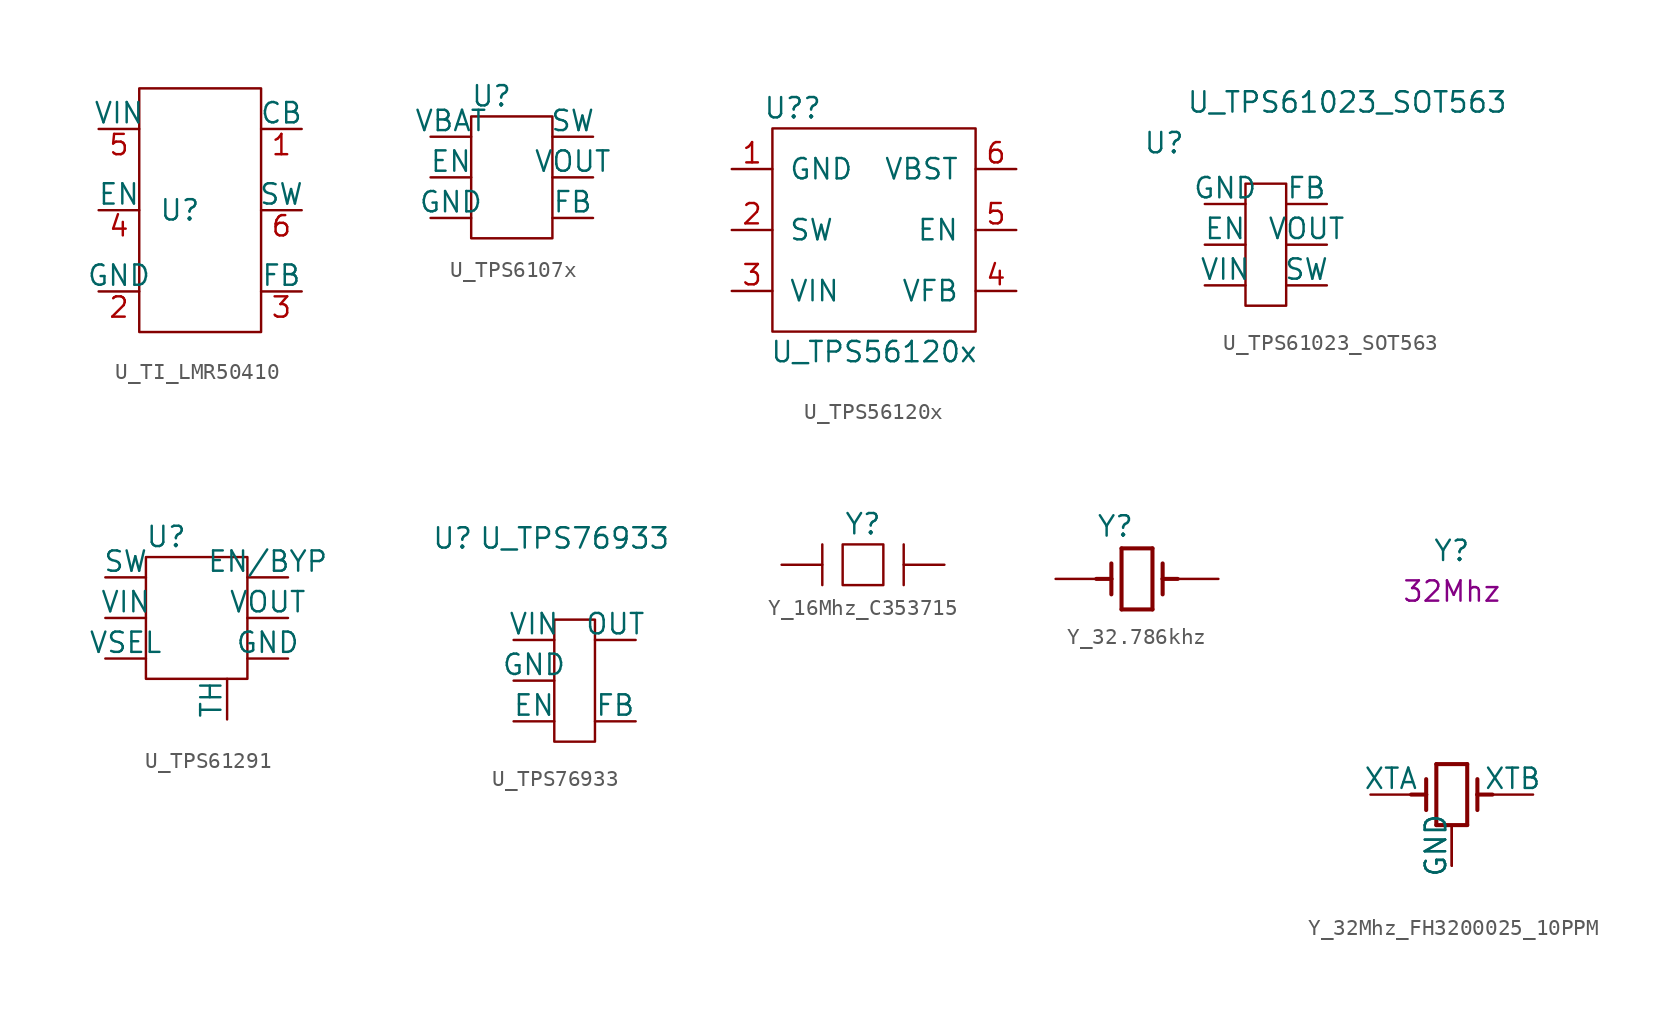
<source format=kicad_sym>
(kicad_symbol_lib
  (version 20220914)
  (generator kicad_symbol_editor)
  (symbol "U_TI_LMR50410"
    (pin_names
      (offset 0))
    (property "Reference" "U"
      (at 5.08 -5.08 0)
      (effects (font (size 1.27 1.27))))
    (symbol "U_TI_LMR50410_0_0"
      (pin power_in line (at 12.7 0 180) (length 2.54) (name "CB" (effects (font (size 1.27 1.27)))) (number "1" (effects (font (size 1.27 1.27)))))
      (pin power_out line (at 0 -10.16 0) (length 2.54) (name "GND" (effects (font (size 1.27 1.27)))) (number "2" (effects (font (size 1.27 1.27)))))
      (pin input line (at 12.7 -10.16 180) (length 2.54) (name "FB" (effects (font (size 1.27 1.27)))) (number "3" (effects (font (size 1.27 1.27)))))
      (pin input line (at 0 -5.08 0) (length 2.54) (name "EN" (effects (font (size 1.27 1.27)))) (number "4" (effects (font (size 1.27 1.27)))))
      (pin power_out line (at 0 0 0) (length 2.54) (name "VIN" (effects (font (size 1.27 1.27)))) (number "5" (effects (font (size 1.27 1.27)))))
      (pin output line (at 12.7 -5.08 180) (length 2.54) (name "SW" (effects (font (size 1.27 1.27)))) (number "6" (effects (font (size 1.27 1.27))))))
    (symbol "U_TI_LMR50410_0_1"
      (rectangle (start 2.54 2.54) (end 10.16 -12.7) (stroke (width 0) (type solid)) (fill (type none)))))
  (symbol "U_TPS6107x"
    (pin_numbers hide)
    (pin_names
      (offset 0))
    (property "Reference" "U"
      (at 3.81 2.54 0)
      (effects (font (size 1.27 1.27))))
    (symbol "U_TPS6107x_0_1"
      (rectangle (start 2.54 1.27) (end 7.62 -6.35) (stroke (width 0) (type solid)) (fill (type none))))
    (symbol "U_TPS6107x_1_1"
      (pin input line (at 10.16 0 180) (length 2.54) (name "SW" (effects (font (size 1.27 1.27)))) (number "1" (effects (font (size 1.27 1.27)))))
      (pin power_in line (at 0 -2.54 0) (length 2.54) (name "EN" (effects (font (size 1.27 1.27)))) (number "3" (effects (font (size 1.27 1.27)))))
      (pin power_in line (at 10.16 -5.08 180) (length 2.54) (name "FB" (effects (font (size 1.27 1.27)))) (number "4" (effects (font (size 1.27 1.27)))))
      (pin power_out line (at 10.16 -2.54 180) (length 2.54) (name "VOUT" (effects (font (size 1.27 1.27)))) (number "5" (effects (font (size 1.27 1.27)))))
      (pin power_in line (at 0 0 0) (length 2.54) (name "VBAT" (effects (font (size 1.27 1.27)))) (number "6" (effects (font (size 1.27 1.27)))))
      (pin power_out line (at 0 -5.08 0) (length 2.54) (name "GND" (effects (font (size 1.27 1.27)))) (number "SW" (effects (font (size 1.27 1.27)))))))
  (symbol "U_TPS56120x"
    (pin_names
      (offset 1.016))
    (property "Reference" "U?"
      (at -5.08 7.62 0)
      (effects (font (size 1.27 1.27))))
    (property "Value" "U_TPS56120x"
      (at 0 -7.62 0)
      (effects (font (size 1.27 1.27))))
    (symbol "U_TPS56120x_0_1"
      (rectangle (start -6.35 6.35) (end 6.35 -6.35) (stroke (width 0) (type solid)) (fill (type none))))
    (symbol "U_TPS56120x_1_1"
      (pin power_out line (at -8.89 3.81 0) (length 2.54) (name "GND" (effects (font (size 1.27 1.27)))) (number "1" (effects (font (size 1.27 1.27)))))
      (pin input line (at -8.89 0 0) (length 2.54) (name "SW" (effects (font (size 1.27 1.27)))) (number "2" (effects (font (size 1.27 1.27)))))
      (pin power_in line (at -8.89 -3.81 0) (length 2.54) (name "VIN" (effects (font (size 1.27 1.27)))) (number "3" (effects (font (size 1.27 1.27)))))
      (pin input line (at 8.89 -3.81 180) (length 2.54) (name "VFB" (effects (font (size 1.27 1.27)))) (number "4" (effects (font (size 1.27 1.27)))))
      (pin input line (at 8.89 0 180) (length 2.54) (name "EN" (effects (font (size 1.27 1.27)))) (number "5" (effects (font (size 1.27 1.27)))))
      (pin input line (at 8.89 3.81 180) (length 2.54) (name "VBST" (effects (font (size 1.27 1.27)))) (number "6" (effects (font (size 1.27 1.27)))))))
  (symbol "U_TPS61023_SOT563"
    (pin_numbers hide)
    (pin_names
      (offset 0))
    (property "Reference" "U"
      (at -6.35 6.35 0)
      (effects (font (size 1.27 1.27))))
    (property "Value" "U_TPS61023_SOT563"
      (at 5.08 8.89 0)
      (effects (font (size 1.27 1.27))))
    (symbol "U_TPS61023_SOT563_0_1"
      (rectangle (start -1.27 3.81) (end 1.27 -3.81) (stroke (width 0) (type solid)) (fill (type none))))
    (symbol "U_TPS61023_SOT563_1_1"
      (pin input line (at 3.81 2.54 180) (length 2.54) (name "FB" (effects (font (size 1.27 1.27)))) (number "1" (effects (font (size 1.27 1.27)))))
      (pin input line (at -3.81 0 0) (length 2.54) (name "EN" (effects (font (size 1.27 1.27)))) (number "2" (effects (font (size 1.27 1.27)))))
      (pin input line (at -3.81 -2.54 0) (length 2.54) (name "VIN" (effects (font (size 1.27 1.27)))) (number "3" (effects (font (size 1.27 1.27)))))
      (pin input line (at -3.81 2.54 0) (length 2.54) (name "GND" (effects (font (size 1.27 1.27)))) (number "4" (effects (font (size 1.27 1.27)))))
      (pin input line (at 3.81 -2.54 180) (length 2.54) (name "SW" (effects (font (size 1.27 1.27)))) (number "5" (effects (font (size 1.27 1.27)))))
      (pin input line (at 3.81 0 180) (length 2.54) (name "VOUT" (effects (font (size 1.27 1.27)))) (number "6" (effects (font (size 1.27 1.27)))))))
  (symbol "U_TPS61291"
    (pin_numbers hide)
    (pin_names
      (offset 0))
    (property "Reference" "U"
      (at 3.81 2.54 0)
      (effects (font (size 1.27 1.27))))
    (symbol "U_TPS61291_0_1"
      (rectangle (start 2.54 1.27) (end 8.89 -6.35) (stroke (width 0) (type solid)) (fill (type none))))
    (symbol "U_TPS61291_1_1"
      (pin input line (at 0 0 0) (length 2.54) (name "SW" (effects (font (size 1.27 1.27)))) (number "1" (effects (font (size 1.27 1.27)))))
      (pin input line (at 11.43 -2.54 180) (length 2.54) (name "VOUT" (effects (font (size 1.27 1.27)))) (number "2" (effects (font (size 1.27 1.27)))))
      (pin input line (at 0 -2.54 0) (length 2.54) (name "VIN" (effects (font (size 1.27 1.27)))) (number "3" (effects (font (size 1.27 1.27)))))
      (pin input line (at 11.43 0 180) (length 2.54) (name "EN/BYP" (effects (font (size 1.27 1.27)))) (number "4" (effects (font (size 1.27 1.27)))))
      (pin input line (at 0 -5.08 0) (length 2.54) (name "VSEL" (effects (font (size 1.27 1.27)))) (number "5" (effects (font (size 1.27 1.27)))))
      (pin power_out line (at 11.43 -5.08 180) (length 2.54) (name "GND" (effects (font (size 1.27 1.27)))) (number "6" (effects (font (size 1.27 1.27)))))
      (pin power_out line (at 7.62 -8.89 90) (length 2.54) (name "TH" (effects (font (size 1.27 1.27)))) (number "7" (effects (font (size 1.27 1.27)))))))
  (symbol "U_TPS76933"
    (pin_numbers hide)
    (pin_names
      (offset 0))
    (property "Reference" "U"
      (at -7.62 8.89 0)
      (effects (font (size 1.27 1.27))))
    (property "Value" "U_TPS76933"
      (at 0 8.89 0)
      (effects (font (size 1.27 1.27))))
    (symbol "U_TPS76933_0_1"
      (rectangle (start -1.27 3.81) (end 1.27 -3.81) (stroke (width 0) (type solid)) (fill (type none))))
    (symbol "U_TPS76933_1_1"
      (pin input line (at -3.81 2.54 0) (length 2.54) (name "VIN" (effects (font (size 1.27 1.27)))) (number "1" (effects (font (size 1.27 1.27)))))
      (pin input line (at -3.81 0 0) (length 2.54) (name "GND" (effects (font (size 1.27 1.27)))) (number "2" (effects (font (size 1.27 1.27)))))
      (pin input line (at -3.81 -2.54 0) (length 2.54) (name "EN" (effects (font (size 1.27 1.27)))) (number "3" (effects (font (size 1.27 1.27)))))
      (pin input line (at 3.81 -2.54 180) (length 2.54) (name "FB" (effects (font (size 1.27 1.27)))) (number "4" (effects (font (size 1.27 1.27)))))
      (pin input line (at 3.81 2.54 180) (length 2.54) (name "OUT" (effects (font (size 1.27 1.27)))) (number "5" (effects (font (size 1.27 1.27)))))))
  (symbol "Y_16Mhz_C353715"
    (pin_numbers hide)
    (pin_names
      (offset 1.016))
    (property "Reference" "Y"
      (at 0 2.54 0)
      (effects (font (size 1.27 1.27))))
    (symbol "Y_16Mhz_C353715_0_1"
      (polyline (pts (xy -2.54 1.27) (xy -2.54 -1.27)) (stroke (width 0) (type solid)) (fill (type none)))
      (polyline (pts (xy 2.54 1.27) (xy 2.54 -1.27)) (stroke (width 0) (type solid)) (fill (type none)))
      (polyline (pts (xy -1.27 1.27) (xy 1.27 1.27) (xy 1.27 -1.27) (xy -1.27 -1.27) (xy -1.27 1.27)) (stroke (width 0) (type solid)) (fill (type none))))
    (symbol "Y_16Mhz_C353715_1_1"
      (pin input line (at -5.08 0 0) (length 2.54) (name "~" (effects (font (size 1.27 1.27)))) (number "1" (effects (font (size 1.27 1.27)))))
      (pin input line (at 5.08 0 180) (length 2.54) (name "~" (effects (font (size 1.27 1.27)))) (number "2" (effects (font (size 1.27 1.27)))))))
  (symbol "Y_32.786khz"
    (pin_numbers hide)
    (pin_names
      (offset 1.016) hide)
    (property "Reference" "Y"
      (at -2.54 2.54 0)
      (effects (font (size 1.27 1.27)) (justify left bottom)))
    (symbol "Y_32.786khz_0_0"
      (polyline (pts (xy -1.6 0) (xy -2.54 0)) (stroke (width 0.254) (type solid)) (fill (type none)))
      (polyline (pts (xy -1.6 0) (xy -1.6 -0.965)) (stroke (width 0.254) (type solid)) (fill (type none)))
      (polyline (pts (xy -1.6 0.965) (xy -1.6 0)) (stroke (width 0.254) (type solid)) (fill (type none)))
      (polyline (pts (xy -0.965 -1.905) (xy -0.965 1.905)) (stroke (width 0.254) (type solid)) (fill (type none)))
      (polyline (pts (xy -0.965 1.905) (xy 0.965 1.905)) (stroke (width 0.254) (type solid)) (fill (type none)))
      (polyline (pts (xy 0.965 -1.905) (xy -0.965 -1.905)) (stroke (width 0.254) (type solid)) (fill (type none)))
      (polyline (pts (xy 0.965 1.905) (xy 0.965 -1.905)) (stroke (width 0.254) (type solid)) (fill (type none)))
      (polyline (pts (xy 1.6 0) (xy 1.6 -0.965)) (stroke (width 0.254) (type solid)) (fill (type none)))
      (polyline (pts (xy 1.6 0) (xy 2.54 0)) (stroke (width 0.254) (type solid)) (fill (type none)))
      (polyline (pts (xy 1.6 0.965) (xy 1.6 0)) (stroke (width 0.254) (type solid)) (fill (type none)))
      (pin passive line (at -5.08 0 0) (length 2.54) (name "1" (effects (font (size 1.016 1.016)))) (number "1" (effects (font (size 1.016 1.016)))))
      (pin passive line (at 5.08 0 180) (length 2.54) (name "4" (effects (font (size 1.016 1.016)))) (number "4" (effects (font (size 1.016 1.016)))))))
  (symbol "Y_32Mhz_FH3200025_10PPM"
    (pin_numbers hide)
    (pin_names
      (offset 0))
    (property "Reference" "Y"
      (at 0 15.24 0)
      (effects (font (size 1.27 1.27))))
    (property "Waarde" "32Mhz"
      (at 0 12.7 0)
      (effects (font (size 1.27 1.27))))
    (symbol "Y_32Mhz_FH3200025_10PPM_0_0"
      (pin bidirectional line (at -5.08 0 0) (length 2.54) (name "XTA" (effects (font (size 1.27 1.27)))) (number "1" (effects (font (size 1.27 1.27)))))
      (pin power_out line (at 0 -4.445 90) (length 2.54) (name "GND" (effects (font (size 1.27 1.27)))) (number "2" (effects (font (size 1.27 1.27)))))
      (pin bidirectional line (at 5.08 0 180) (length 2.54) (name "XTB" (effects (font (size 1.27 1.27)))) (number "3" (effects (font (size 1.27 1.27)))))
      (pin power_out line (at 0 -4.445 90) (length 2.54) (name "GND" (effects (font (size 1.27 1.27)))) (number "4" (effects (font (size 1.27 1.27))))))
    (symbol "Y_32Mhz_FH3200025_10PPM_1_1"
      (polyline (pts (xy -1.6 0) (xy -2.54 0)) (stroke (width 0.254) (type solid)) (fill (type none)))
      (polyline (pts (xy -1.6 0) (xy -1.6 -0.965)) (stroke (width 0.254) (type solid)) (fill (type none)))
      (polyline (pts (xy -1.6 0.965) (xy -1.6 0)) (stroke (width 0.254) (type solid)) (fill (type none)))
      (polyline (pts (xy -0.965 -1.905) (xy -0.965 1.905)) (stroke (width 0.254) (type solid)) (fill (type none)))
      (polyline (pts (xy -0.965 1.905) (xy 0.965 1.905)) (stroke (width 0.254) (type solid)) (fill (type none)))
      (polyline (pts (xy 0.965 -1.905) (xy -0.965 -1.905)) (stroke (width 0.254) (type solid)) (fill (type none)))
      (polyline (pts (xy 0.965 1.905) (xy 0.965 -1.905)) (stroke (width 0.254) (type solid)) (fill (type none)))
      (polyline (pts (xy 1.6 0) (xy 1.6 -0.965)) (stroke (width 0.254) (type solid)) (fill (type none)))
      (polyline (pts (xy 1.6 0) (xy 2.54 0)) (stroke (width 0.254) (type solid)) (fill (type none)))
      (polyline (pts (xy 1.6 0.965) (xy 1.6 0)) (stroke (width 0.254) (type solid)) (fill (type none))))))
</source>
